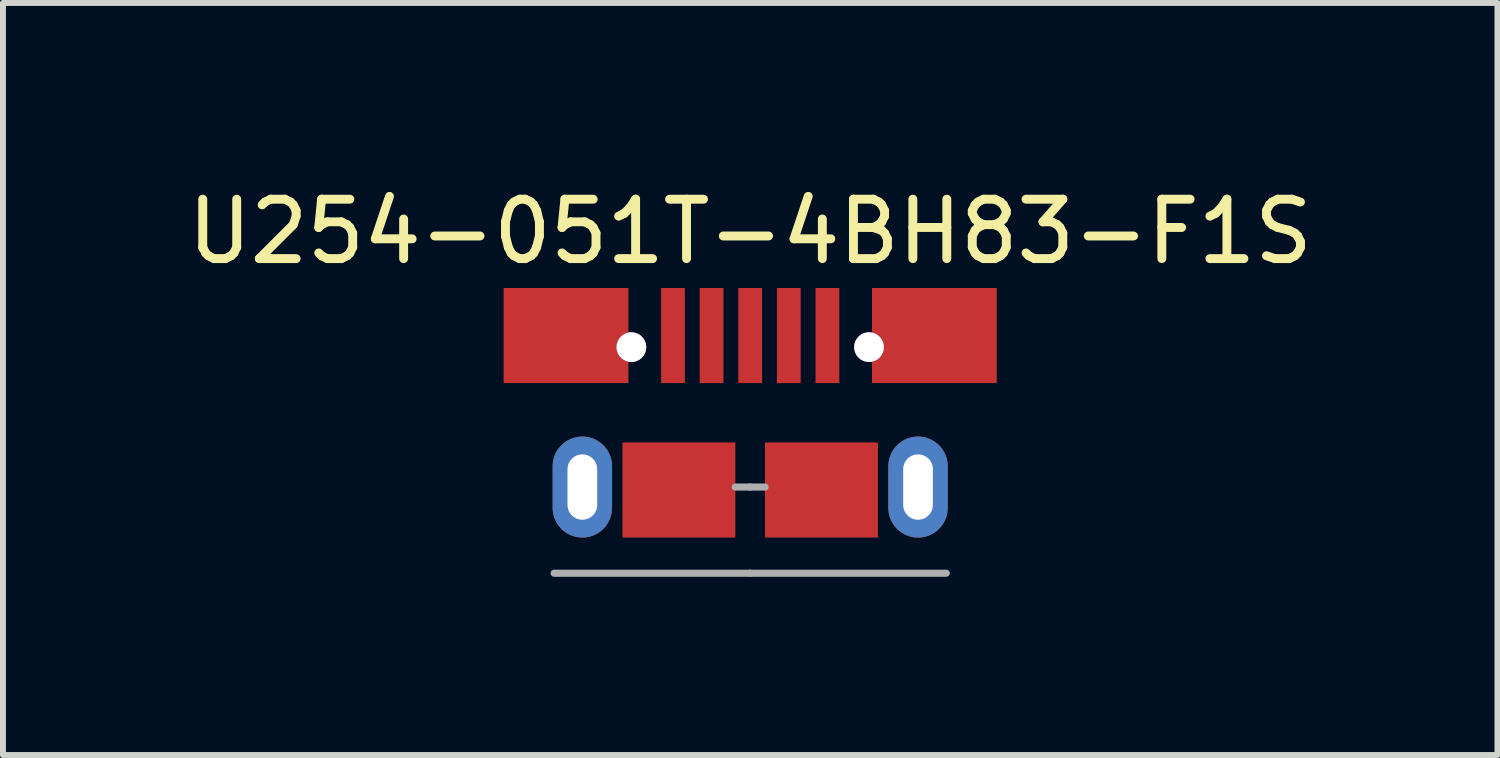
<source format=kicad_pcb>
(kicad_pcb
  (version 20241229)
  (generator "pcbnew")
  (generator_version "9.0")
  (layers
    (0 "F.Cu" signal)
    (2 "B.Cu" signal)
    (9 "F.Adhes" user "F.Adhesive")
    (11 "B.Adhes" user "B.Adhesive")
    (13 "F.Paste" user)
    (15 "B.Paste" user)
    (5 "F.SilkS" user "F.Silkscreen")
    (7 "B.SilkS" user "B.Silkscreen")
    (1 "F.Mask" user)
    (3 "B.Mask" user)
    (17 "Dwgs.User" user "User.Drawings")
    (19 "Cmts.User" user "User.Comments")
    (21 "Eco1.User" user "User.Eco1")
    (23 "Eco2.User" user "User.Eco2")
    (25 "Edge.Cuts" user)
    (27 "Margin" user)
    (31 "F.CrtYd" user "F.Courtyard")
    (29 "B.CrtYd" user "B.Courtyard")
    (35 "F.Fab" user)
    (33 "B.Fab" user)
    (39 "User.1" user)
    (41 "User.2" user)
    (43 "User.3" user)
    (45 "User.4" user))
  (footprint "U254-051T-4BH83-F1S"
    (layer "F.Cu")
    (at 9.577 3.948)
    (property "Reference" "U254-051T-4BH83-F1S" (at 0 -3.1 0) (layer "F.SilkS") (effects (font (size 1 1) (thickness 0.15))))
    (attr through_hole)
    (fp_line (start 0 1.2) (end -0.25 1.2) (stroke (width 0.12) (type solid)) (layer "F.Fab"))
    (fp_line (start 0 1.2) (end 0.25 1.2) (stroke (width 0.12) (type solid)) (layer "F.Fab"))
    (fp_line (start 0 2.65) (end -3.3 2.65) (stroke (width 0.12) (type solid)) (layer "F.Fab"))
    (fp_line (start 0 2.65) (end 3.3 2.65) (stroke (width 0.12) (type solid)) (layer "F.Fab"))
    (pad "" smd rect (at -3.1 -1.35) (size 2.1 1.6) (layers "F.Cu" "F.Mask" "F.Paste"))
    (pad "" thru_hole circle (at -2 -1.155) (size 0.5 0.5) (drill 0.5) (layers "*.Cu" "*.Mask"))
    (pad "" thru_hole circle (at 2 -1.155) (size 0.5 0.5) (drill 0.5) (layers "*.Cu" "*.Mask"))
    (pad "" smd rect (at 3.1 -1.35) (size 2.1 1.6) (layers "F.Cu" "F.Mask" "F.Paste"))
    (pad "1" smd rect (at -1.3 -1.35) (size 0.4 1.6) (layers "F.Cu" "F.Mask" "F.Paste"))
    (pad "2" smd rect (at -0.65 -1.35) (size 0.4 1.6) (layers "F.Cu" "F.Mask" "F.Paste"))
    (pad "3" smd rect (at 0 -1.35) (size 0.4 1.6) (layers "F.Cu" "F.Mask" "F.Paste"))
    (pad "4" smd rect (at 0.65 -1.35) (size 0.4 1.6) (layers "F.Cu" "F.Mask" "F.Paste"))
    (pad "5" smd rect (at 1.3 -1.35) (size 0.4 1.6) (layers "F.Cu" "F.Mask" "F.Paste"))
    (pad "6" thru_hole oval (at -2.825 1.2) (size 1 1.7) (drill oval 0.5 1.1) (layers "*.Cu" "*.Mask"))
    (pad "6" smd rect (at -1.2 1.25) (size 1.9 1.6) (layers "F.Cu" "F.Mask" "F.Paste"))
    (pad "6" smd rect (at 1.2 1.25) (size 1.9 1.6) (layers "F.Cu" "F.Mask" "F.Paste"))
    (pad "6" thru_hole oval (at 2.825 1.2) (size 1 1.7) (drill oval 0.5 1.1) (layers "*.Cu" "*.Mask")))
  (gr_rect
    (start -3 -3)
    (end 22.155 9.658)
    (stroke (width 0.1) (type default))
    (fill no)
    (layer "Edge.Cuts")))
</source>
